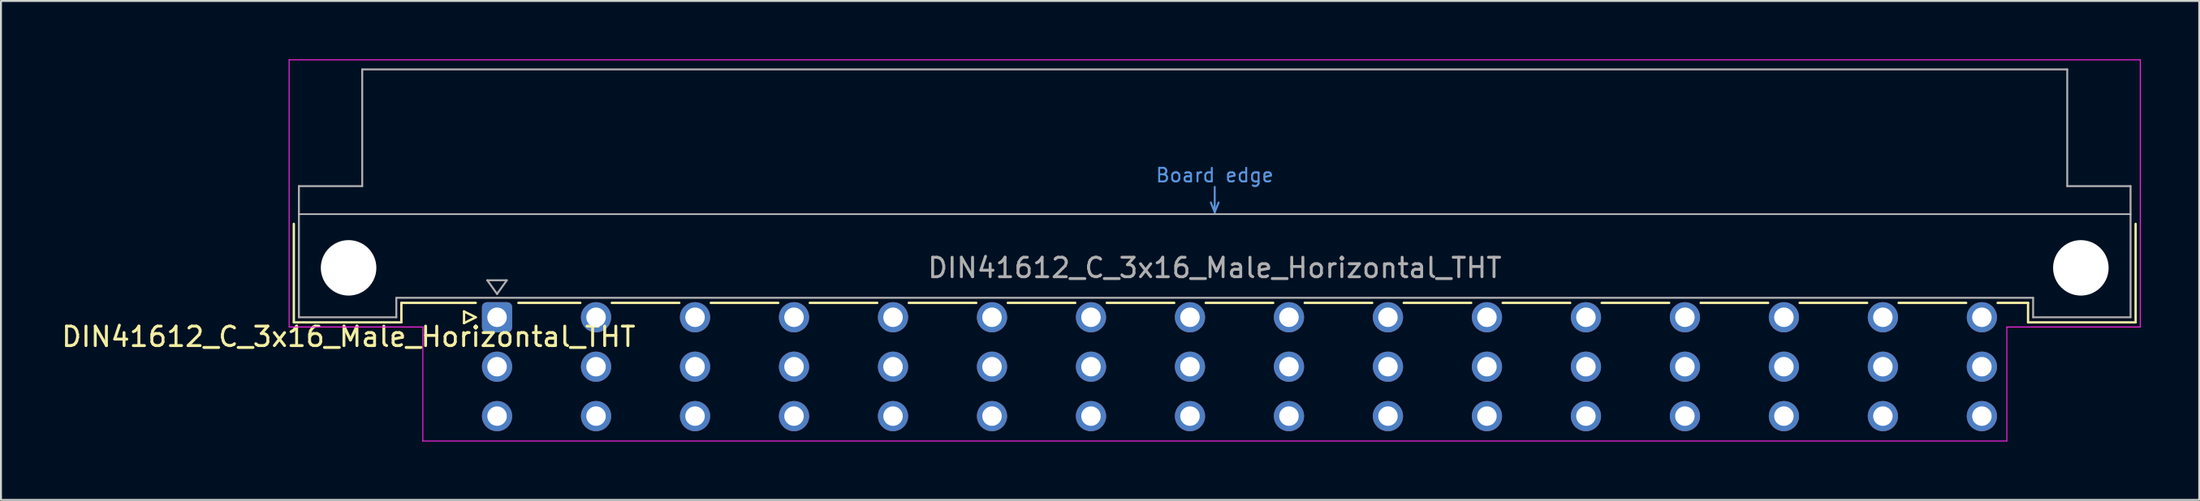
<source format=kicad_pcb>
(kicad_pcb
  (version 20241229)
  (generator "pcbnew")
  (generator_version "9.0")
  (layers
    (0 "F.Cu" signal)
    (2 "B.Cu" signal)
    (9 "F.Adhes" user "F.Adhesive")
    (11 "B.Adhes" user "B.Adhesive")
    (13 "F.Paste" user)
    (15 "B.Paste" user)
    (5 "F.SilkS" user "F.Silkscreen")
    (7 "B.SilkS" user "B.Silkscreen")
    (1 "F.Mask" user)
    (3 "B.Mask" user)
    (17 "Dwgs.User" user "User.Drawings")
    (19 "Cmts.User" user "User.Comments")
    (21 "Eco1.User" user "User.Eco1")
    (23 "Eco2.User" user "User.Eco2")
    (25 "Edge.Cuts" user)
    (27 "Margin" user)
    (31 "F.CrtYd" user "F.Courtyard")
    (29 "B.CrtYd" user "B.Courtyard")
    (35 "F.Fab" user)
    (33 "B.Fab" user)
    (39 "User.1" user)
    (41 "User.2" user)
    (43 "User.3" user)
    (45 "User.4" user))
  (footprint "DIN41612_C_3x16_Male_Horizontal_THT"
    (layer "F.Cu")
    (at 19.919 13.255)
    (property "Reference" "DIN41612_C_3x16_Male_Horizontal_THT" (at -5.08 1 0) (layer "F.SilkS") (effects (font (size 1 1) (thickness 0.15))))
    (attr through_hole)
    (fp_line (start -7.89 -4.8) (end -7.89 0.26) (stroke (width 0.12) (type solid)) (layer "F.SilkS"))
    (fp_line (start -7.89 0.26) (end -2.37 0.26) (stroke (width 0.12) (type solid)) (layer "F.SilkS"))
    (fp_line (start -2.37 -0.74) (end 1.445 -0.74) (stroke (width 0.12) (type solid)) (layer "F.SilkS"))
    (fp_line (start -2.37 0.26) (end -2.37 -0.74) (stroke (width 0.12) (type solid)) (layer "F.SilkS"))
    (fp_line (start 0.845 -0.3) (end 0.845 0.3) (stroke (width 0.12) (type solid)) (layer "F.SilkS"))
    (fp_line (start 0.845 0.3) (end 1.445 0) (stroke (width 0.12) (type solid)) (layer "F.SilkS"))
    (fp_line (start 1.445 0) (end 0.845 -0.3) (stroke (width 0.12) (type solid)) (layer "F.SilkS"))
    (fp_line (start 3.635 -0.74) (end 6.813 -0.74) (stroke (width 0.12) (type solid)) (layer "F.SilkS"))
    (fp_line (start 8.427 -0.74) (end 11.893 -0.74) (stroke (width 0.12) (type solid)) (layer "F.SilkS"))
    (fp_line (start 13.507 -0.74) (end 16.973 -0.74) (stroke (width 0.12) (type solid)) (layer "F.SilkS"))
    (fp_line (start 18.587 -0.74) (end 22.053 -0.74) (stroke (width 0.12) (type solid)) (layer "F.SilkS"))
    (fp_line (start 23.667 -0.74) (end 27.133 -0.74) (stroke (width 0.12) (type solid)) (layer "F.SilkS"))
    (fp_line (start 28.747 -0.74) (end 32.213 -0.74) (stroke (width 0.12) (type solid)) (layer "F.SilkS"))
    (fp_line (start 33.827 -0.74) (end 37.293 -0.74) (stroke (width 0.12) (type solid)) (layer "F.SilkS"))
    (fp_line (start 38.907 -0.74) (end 42.373 -0.74) (stroke (width 0.12) (type solid)) (layer "F.SilkS"))
    (fp_line (start 43.987 -0.74) (end 47.453 -0.74) (stroke (width 0.12) (type solid)) (layer "F.SilkS"))
    (fp_line (start 49.067 -0.74) (end 52.533 -0.74) (stroke (width 0.12) (type solid)) (layer "F.SilkS"))
    (fp_line (start 54.147 -0.74) (end 57.613 -0.74) (stroke (width 0.12) (type solid)) (layer "F.SilkS"))
    (fp_line (start 59.227 -0.74) (end 62.693 -0.74) (stroke (width 0.12) (type solid)) (layer "F.SilkS"))
    (fp_line (start 64.307 -0.74) (end 67.773 -0.74) (stroke (width 0.12) (type solid)) (layer "F.SilkS"))
    (fp_line (start 69.387 -0.74) (end 72.853 -0.74) (stroke (width 0.12) (type solid)) (layer "F.SilkS"))
    (fp_line (start 74.467 -0.74) (end 77.933 -0.74) (stroke (width 0.12) (type solid)) (layer "F.SilkS"))
    (fp_line (start 79.547 -0.74) (end 81.11 -0.74) (stroke (width 0.12) (type solid)) (layer "F.SilkS"))
    (fp_line (start 81.11 0.26) (end 81.11 -0.74) (stroke (width 0.12) (type solid)) (layer "F.SilkS"))
    (fp_line (start 86.63 -4.8) (end 86.63 0.26) (stroke (width 0.12) (type solid)) (layer "F.SilkS"))
    (fp_line (start 86.63 0.26) (end 81.11 0.26) (stroke (width 0.12) (type solid)) (layer "F.SilkS"))
    (fp_line (start -7.63 -5.3) (end 86.37 -5.3) (stroke (width 0.08) (type solid)) (layer "Dwgs.User"))
    (fp_line (start 39.17 -5.9) (end 39.37 -5.4) (stroke (width 0.1) (type solid)) (layer "Cmts.User"))
    (fp_line (start 39.37 -5.4) (end 39.37 -6.7) (stroke (width 0.1) (type solid)) (layer "Cmts.User"))
    (fp_line (start 39.37 -5.4) (end 39.57 -5.9) (stroke (width 0.1) (type solid)) (layer "Cmts.User"))
    (fp_line (start -8.13 -13.23) (end -8.13 0.5) (stroke (width 0.05) (type solid)) (layer "F.CrtYd"))
    (fp_line (start -8.13 0.5) (end -1.27 0.5) (stroke (width 0.05) (type solid)) (layer "F.CrtYd"))
    (fp_line (start -1.27 0.5) (end -1.27 6.36) (stroke (width 0.05) (type solid)) (layer "F.CrtYd"))
    (fp_line (start -1.27 6.36) (end 80.02 6.36) (stroke (width 0.05) (type solid)) (layer "F.CrtYd"))
    (fp_line (start 80.02 0.5) (end 86.87 0.5) (stroke (width 0.05) (type solid)) (layer "F.CrtYd"))
    (fp_line (start 80.02 6.36) (end 80.02 0.5) (stroke (width 0.05) (type solid)) (layer "F.CrtYd"))
    (fp_line (start 86.87 -13.23) (end -8.13 -13.23) (stroke (width 0.05) (type solid)) (layer "F.CrtYd"))
    (fp_line (start 86.87 0.5) (end 86.87 -13.23) (stroke (width 0.05) (type solid)) (layer "F.CrtYd"))
    (fp_line (start -7.63 -6.74) (end -7.63 0) (stroke (width 0.1) (type solid)) (layer "F.Fab"))
    (fp_line (start -7.63 0) (end -2.63 0) (stroke (width 0.1) (type solid)) (layer "F.Fab"))
    (fp_line (start -4.38 -12.74) (end -4.38 -6.74) (stroke (width 0.1) (type solid)) (layer "F.Fab"))
    (fp_line (start -4.38 -6.74) (end -7.63 -6.74) (stroke (width 0.1) (type solid)) (layer "F.Fab"))
    (fp_line (start -2.63 -1) (end 81.37 -1) (stroke (width 0.1) (type solid)) (layer "F.Fab"))
    (fp_line (start -2.63 0) (end -2.63 -1) (stroke (width 0.1) (type solid)) (layer "F.Fab"))
    (fp_line (start 2.04 -1.9) (end 3.04 -1.9) (stroke (width 0.1) (type solid)) (layer "F.Fab"))
    (fp_line (start 2.54 -1.2) (end 2.04 -1.9) (stroke (width 0.1) (type solid)) (layer "F.Fab"))
    (fp_line (start 3.04 -1.9) (end 2.54 -1.2) (stroke (width 0.1) (type solid)) (layer "F.Fab"))
    (fp_line (start 81.37 -1) (end 81.37 0) (stroke (width 0.1) (type solid)) (layer "F.Fab"))
    (fp_line (start 81.37 0) (end 86.37 0) (stroke (width 0.1) (type solid)) (layer "F.Fab"))
    (fp_line (start 83.12 -12.74) (end -4.38 -12.74) (stroke (width 0.1) (type solid)) (layer "F.Fab"))
    (fp_line (start 83.12 -6.74) (end 83.12 -12.74) (stroke (width 0.1) (type solid)) (layer "F.Fab"))
    (fp_line (start 86.37 -6.74) (end 83.12 -6.74) (stroke (width 0.1) (type solid)) (layer "F.Fab"))
    (fp_line (start 86.37 0) (end 86.37 -6.74) (stroke (width 0.1) (type solid)) (layer "F.Fab"))
    (fp_text user "Board edge" (at 39.37 -7.3 0) (layer "Cmts.User") (effects (font (size 0.7 0.7) (thickness 0.1))))
    (fp_text user "${REFERENCE}" (at 39.37 -2.54 0) (layer "F.Fab") (effects (font (size 1 1) (thickness 0.15))))
    (pad "" np_thru_hole circle (at -5.08 -2.54) (size 2.85 2.85) (drill 2.85) (layers "*.Cu" "*.Mask"))
    (pad "" np_thru_hole circle (at 83.82 -2.54) (size 2.85 2.85) (drill 2.85) (layers "*.Cu" "*.Mask"))
    (pad "a2" thru_hole roundrect (at 2.54 0) (size 1.55 1.55) (drill 1) (layers "*.Cu" "*.Mask") (roundrect_rratio 0.161))
    (pad "a4" thru_hole circle (at 7.62 0) (size 1.55 1.55) (drill 1) (layers "*.Cu" "*.Mask"))
    (pad "a6" thru_hole circle (at 12.7 0) (size 1.55 1.55) (drill 1) (layers "*.Cu" "*.Mask"))
    (pad "a8" thru_hole circle (at 17.78 0) (size 1.55 1.55) (drill 1) (layers "*.Cu" "*.Mask"))
    (pad "a10" thru_hole circle (at 22.86 0) (size 1.55 1.55) (drill 1) (layers "*.Cu" "*.Mask"))
    (pad "a12" thru_hole circle (at 27.94 0) (size 1.55 1.55) (drill 1) (layers "*.Cu" "*.Mask"))
    (pad "a14" thru_hole circle (at 33.02 0) (size 1.55 1.55) (drill 1) (layers "*.Cu" "*.Mask"))
    (pad "a16" thru_hole circle (at 38.1 0) (size 1.55 1.55) (drill 1) (layers "*.Cu" "*.Mask"))
    (pad "a18" thru_hole circle (at 43.18 0) (size 1.55 1.55) (drill 1) (layers "*.Cu" "*.Mask"))
    (pad "a20" thru_hole circle (at 48.26 0) (size 1.55 1.55) (drill 1) (layers "*.Cu" "*.Mask"))
    (pad "a22" thru_hole circle (at 53.34 0) (size 1.55 1.55) (drill 1) (layers "*.Cu" "*.Mask"))
    (pad "a24" thru_hole circle (at 58.42 0) (size 1.55 1.55) (drill 1) (layers "*.Cu" "*.Mask"))
    (pad "a26" thru_hole circle (at 63.5 0) (size 1.55 1.55) (drill 1) (layers "*.Cu" "*.Mask"))
    (pad "a28" thru_hole circle (at 68.58 0) (size 1.55 1.55) (drill 1) (layers "*.Cu" "*.Mask"))
    (pad "a30" thru_hole circle (at 73.66 0) (size 1.55 1.55) (drill 1) (layers "*.Cu" "*.Mask"))
    (pad "a32" thru_hole circle (at 78.74 0) (size 1.55 1.55) (drill 1) (layers "*.Cu" "*.Mask"))
    (pad "b2" thru_hole circle (at 2.54 2.54) (size 1.55 1.55) (drill 1) (layers "*.Cu" "*.Mask"))
    (pad "b4" thru_hole circle (at 7.62 2.54) (size 1.55 1.55) (drill 1) (layers "*.Cu" "*.Mask"))
    (pad "b6" thru_hole circle (at 12.7 2.54) (size 1.55 1.55) (drill 1) (layers "*.Cu" "*.Mask"))
    (pad "b8" thru_hole circle (at 17.78 2.54) (size 1.55 1.55) (drill 1) (layers "*.Cu" "*.Mask"))
    (pad "b10" thru_hole circle (at 22.86 2.54) (size 1.55 1.55) (drill 1) (layers "*.Cu" "*.Mask"))
    (pad "b12" thru_hole circle (at 27.94 2.54) (size 1.55 1.55) (drill 1) (layers "*.Cu" "*.Mask"))
    (pad "b14" thru_hole circle (at 33.02 2.54) (size 1.55 1.55) (drill 1) (layers "*.Cu" "*.Mask"))
    (pad "b16" thru_hole circle (at 38.1 2.54) (size 1.55 1.55) (drill 1) (layers "*.Cu" "*.Mask"))
    (pad "b18" thru_hole circle (at 43.18 2.54) (size 1.55 1.55) (drill 1) (layers "*.Cu" "*.Mask"))
    (pad "b20" thru_hole circle (at 48.26 2.54) (size 1.55 1.55) (drill 1) (layers "*.Cu" "*.Mask"))
    (pad "b22" thru_hole circle (at 53.34 2.54) (size 1.55 1.55) (drill 1) (layers "*.Cu" "*.Mask"))
    (pad "b24" thru_hole circle (at 58.42 2.54) (size 1.55 1.55) (drill 1) (layers "*.Cu" "*.Mask"))
    (pad "b26" thru_hole circle (at 63.5 2.54) (size 1.55 1.55) (drill 1) (layers "*.Cu" "*.Mask"))
    (pad "b28" thru_hole circle (at 68.58 2.54) (size 1.55 1.55) (drill 1) (layers "*.Cu" "*.Mask"))
    (pad "b30" thru_hole circle (at 73.66 2.54) (size 1.55 1.55) (drill 1) (layers "*.Cu" "*.Mask"))
    (pad "b32" thru_hole circle (at 78.74 2.54) (size 1.55 1.55) (drill 1) (layers "*.Cu" "*.Mask"))
    (pad "c2" thru_hole circle (at 2.54 5.08) (size 1.55 1.55) (drill 1) (layers "*.Cu" "*.Mask"))
    (pad "c4" thru_hole circle (at 7.62 5.08) (size 1.55 1.55) (drill 1) (layers "*.Cu" "*.Mask"))
    (pad "c6" thru_hole circle (at 12.7 5.08) (size 1.55 1.55) (drill 1) (layers "*.Cu" "*.Mask"))
    (pad "c8" thru_hole circle (at 17.78 5.08) (size 1.55 1.55) (drill 1) (layers "*.Cu" "*.Mask"))
    (pad "c10" thru_hole circle (at 22.86 5.08) (size 1.55 1.55) (drill 1) (layers "*.Cu" "*.Mask"))
    (pad "c12" thru_hole circle (at 27.94 5.08) (size 1.55 1.55) (drill 1) (layers "*.Cu" "*.Mask"))
    (pad "c14" thru_hole circle (at 33.02 5.08) (size 1.55 1.55) (drill 1) (layers "*.Cu" "*.Mask"))
    (pad "c16" thru_hole circle (at 38.1 5.08) (size 1.55 1.55) (drill 1) (layers "*.Cu" "*.Mask"))
    (pad "c18" thru_hole circle (at 43.18 5.08) (size 1.55 1.55) (drill 1) (layers "*.Cu" "*.Mask"))
    (pad "c20" thru_hole circle (at 48.26 5.08) (size 1.55 1.55) (drill 1) (layers "*.Cu" "*.Mask"))
    (pad "c22" thru_hole circle (at 53.34 5.08) (size 1.55 1.55) (drill 1) (layers "*.Cu" "*.Mask"))
    (pad "c24" thru_hole circle (at 58.42 5.08) (size 1.55 1.55) (drill 1) (layers "*.Cu" "*.Mask"))
    (pad "c26" thru_hole circle (at 63.5 5.08) (size 1.55 1.55) (drill 1) (layers "*.Cu" "*.Mask"))
    (pad "c28" thru_hole circle (at 68.58 5.08) (size 1.55 1.55) (drill 1) (layers "*.Cu" "*.Mask"))
    (pad "c30" thru_hole circle (at 73.66 5.08) (size 1.55 1.55) (drill 1) (layers "*.Cu" "*.Mask"))
    (pad "c32" thru_hole circle (at 78.74 5.08) (size 1.55 1.55) (drill 1) (layers "*.Cu" "*.Mask")))
  (gr_rect
    (start -3 -3)
    (end 109.814 22.64)
    (stroke (width 0.1) (type default))
    (fill no)
    (layer "Edge.Cuts")))
</source>
